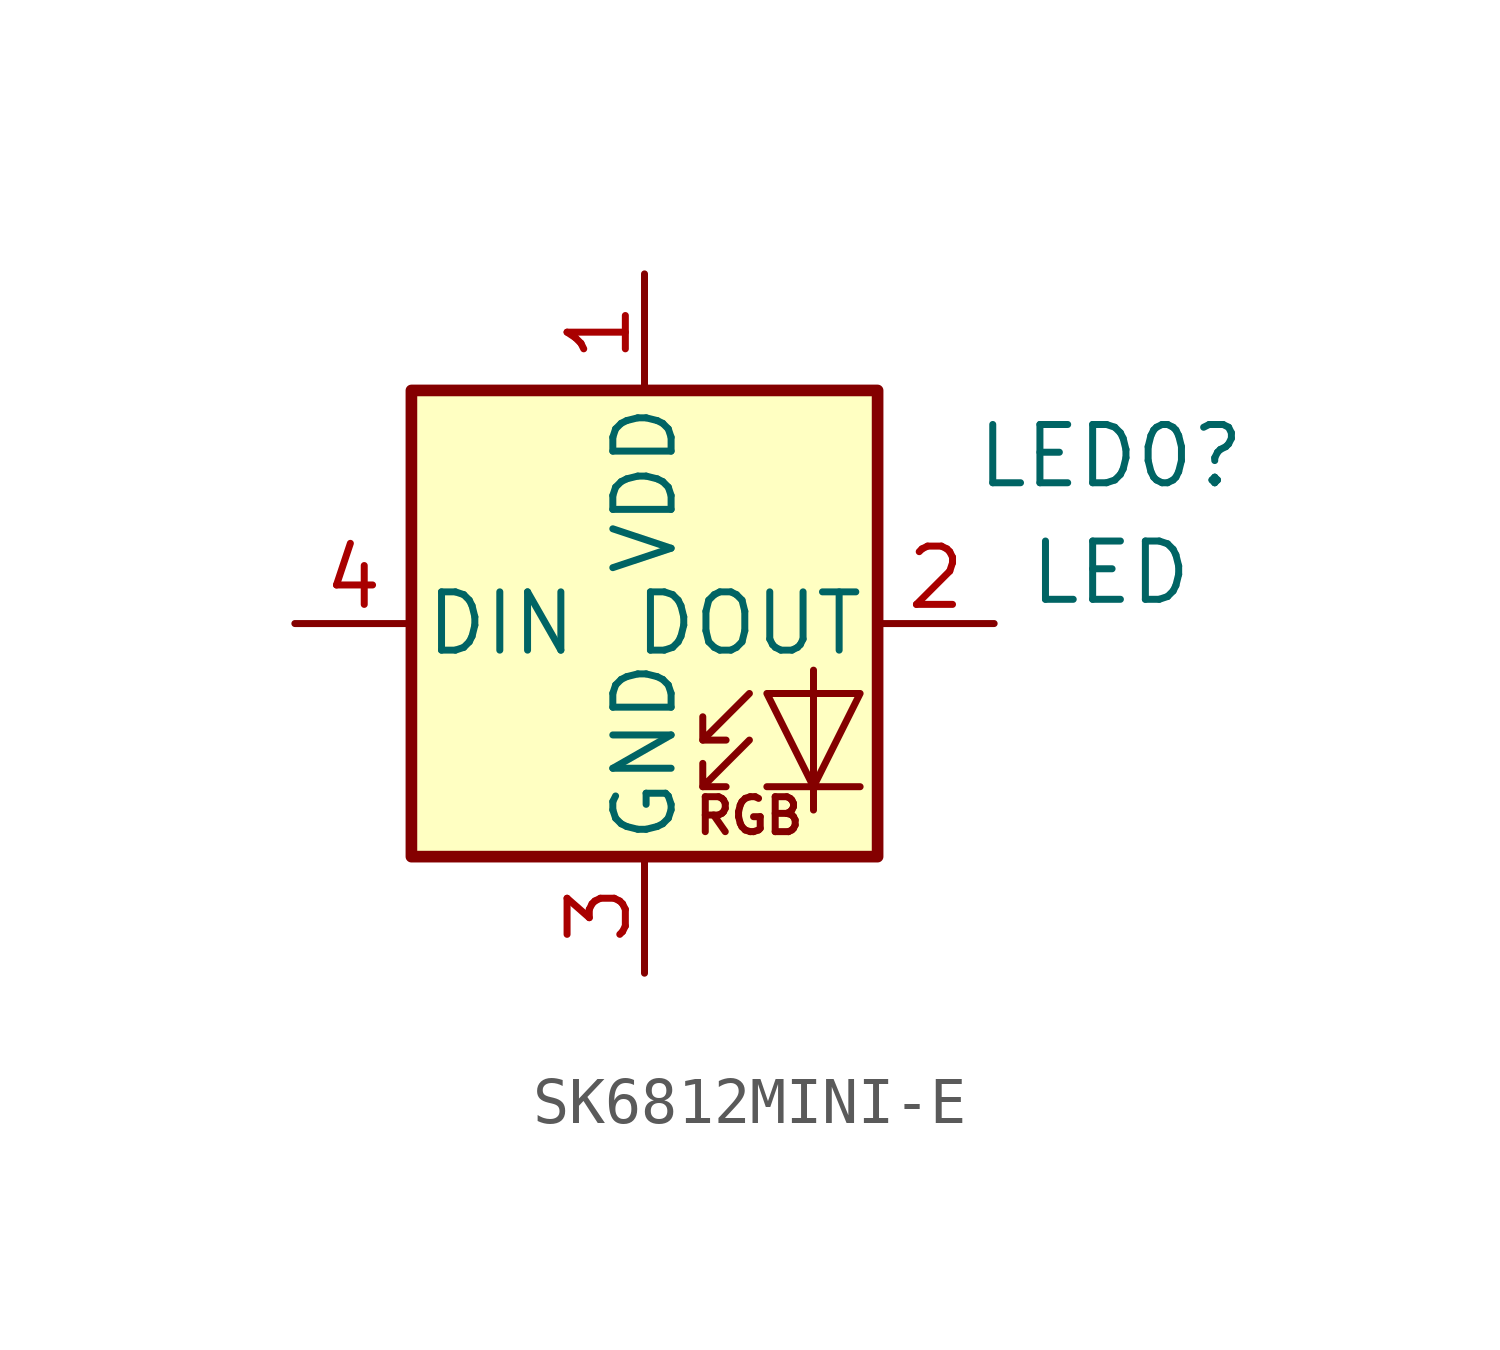
<source format=kicad_sym>
(kicad_symbol_lib
  (version 20231120)
  (generator "kicad_symbol_editor")
  (generator_version "8.0")
  (symbol "SK6812MINI-E"
    (pin_names
      (offset 0.254))
    (property "Reference" "LED0"
      (at 10.16 3.648 0)
      (effects (font (size 1.27 1.27))))
    (property "Value" "LED"
      (at 10.16 1.108 0)
      (effects (font (size 1.27 1.27))))
    (symbol "SK6812MINI-E_0_0"
      (text "RGB" (at 2.286 -4.191 0) (effects (font (size 0.762 0.762)))))
    (symbol "SK6812MINI-E_0_1"
      (rectangle (start -5.08 5.08) (end 5.08 -5.08) (stroke (width 0.254) (type default)) (fill (type background)))
      (polyline (pts (xy 1.27 -3.556) (xy 1.778 -3.556)) (stroke (width 0) (type default)) (fill (type none)))
      (polyline (pts (xy 1.27 -2.54) (xy 1.778 -2.54)) (stroke (width 0) (type default)) (fill (type none)))
      (polyline (pts (xy 4.699 -3.556) (xy 2.667 -3.556)) (stroke (width 0) (type default)) (fill (type none)))
      (polyline (pts (xy 2.286 -2.54) (xy 1.27 -3.556) (xy 1.27 -3.048)) (stroke (width 0) (type default)) (fill (type none)))
      (polyline (pts (xy 2.286 -1.524) (xy 1.27 -2.54) (xy 1.27 -2.032)) (stroke (width 0) (type default)) (fill (type none)))
      (polyline (pts (xy 3.683 -1.016) (xy 3.683 -3.556) (xy 3.683 -4.064)) (stroke (width 0) (type default)) (fill (type none)))
      (polyline (pts (xy 4.699 -1.524) (xy 2.667 -1.524) (xy 3.683 -3.556) (xy 4.699 -1.524)) (stroke (width 0) (type default)) (fill (type none))))
    (symbol "SK6812MINI-E_1_1"
      (pin power_in line (at 0 7.62 270) (length 2.54) (name "VDD" (effects (font (size 1.27 1.27)))) (number "1" (effects (font (size 1.27 1.27)))))
      (pin output line (at 7.62 0 180) (length 2.54) (name "DOUT" (effects (font (size 1.27 1.27)))) (number "2" (effects (font (size 1.27 1.27)))))
      (pin power_in line (at 0 -7.62 90) (length 2.54) (name "GND" (effects (font (size 1.27 1.27)))) (number "3" (effects (font (size 1.27 1.27)))))
      (pin input line (at -7.62 0 0) (length 2.54) (name "DIN" (effects (font (size 1.27 1.27)))) (number "4" (effects (font (size 1.27 1.27))))))))
</source>
